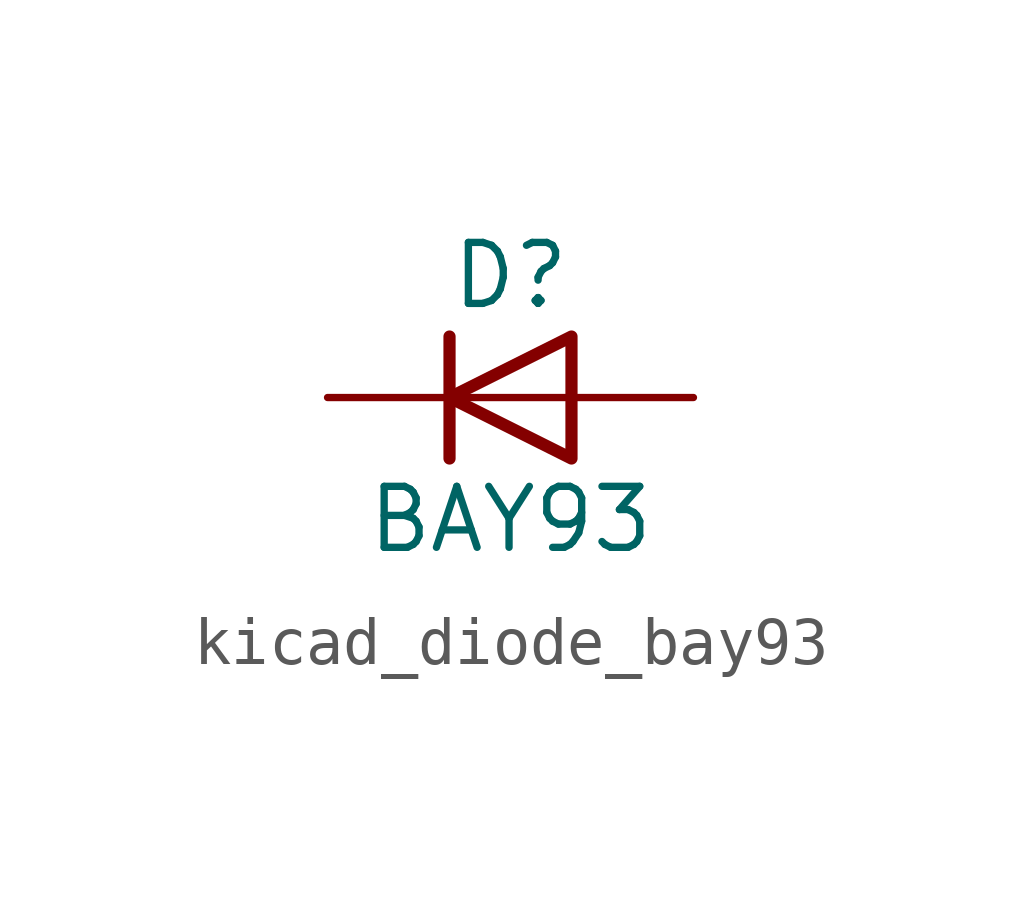
<source format=kicad_sym>
(kicad_symbol_lib
  (version 20220914)
  (generator kicad_symbol_editor)
  (symbol "kicad_diode_bay93"
    (pin_numbers hide)
    (pin_names hide)
    (property "Reference" "D"
      (at 0 2.54 0)
      (effects (font (size 1.27 1.27))))
    (property "Value" "BAY93"
      (at 0 -2.54 0)
      (effects (font (size 1.27 1.27))))
    (symbol "kicad_diode_bay93_0_1"
      (polyline (pts (xy -1.27 1.27) (xy -1.27 -1.27)) (stroke (width 0.254) (type default)) (fill (type none)))
      (polyline (pts (xy 1.27 0) (xy -1.27 0)) (stroke (width 0) (type default)) (fill (type none)))
      (polyline (pts (xy 1.27 1.27) (xy 1.27 -1.27) (xy -1.27 0) (xy 1.27 1.27)) (stroke (width 0.254) (type default)) (fill (type none))))
    (symbol "kicad_diode_bay93_1_1"
      (pin passive line (at -3.81 0 0) (length 2.54) (name "K" (effects (font (size 1.27 1.27)))) (number "1" (effects (font (size 1.27 1.27)))))
      (pin passive line (at 3.81 0 180) (length 2.54) (name "A" (effects (font (size 1.27 1.27)))) (number "2" (effects (font (size 1.27 1.27))))))))
</source>
